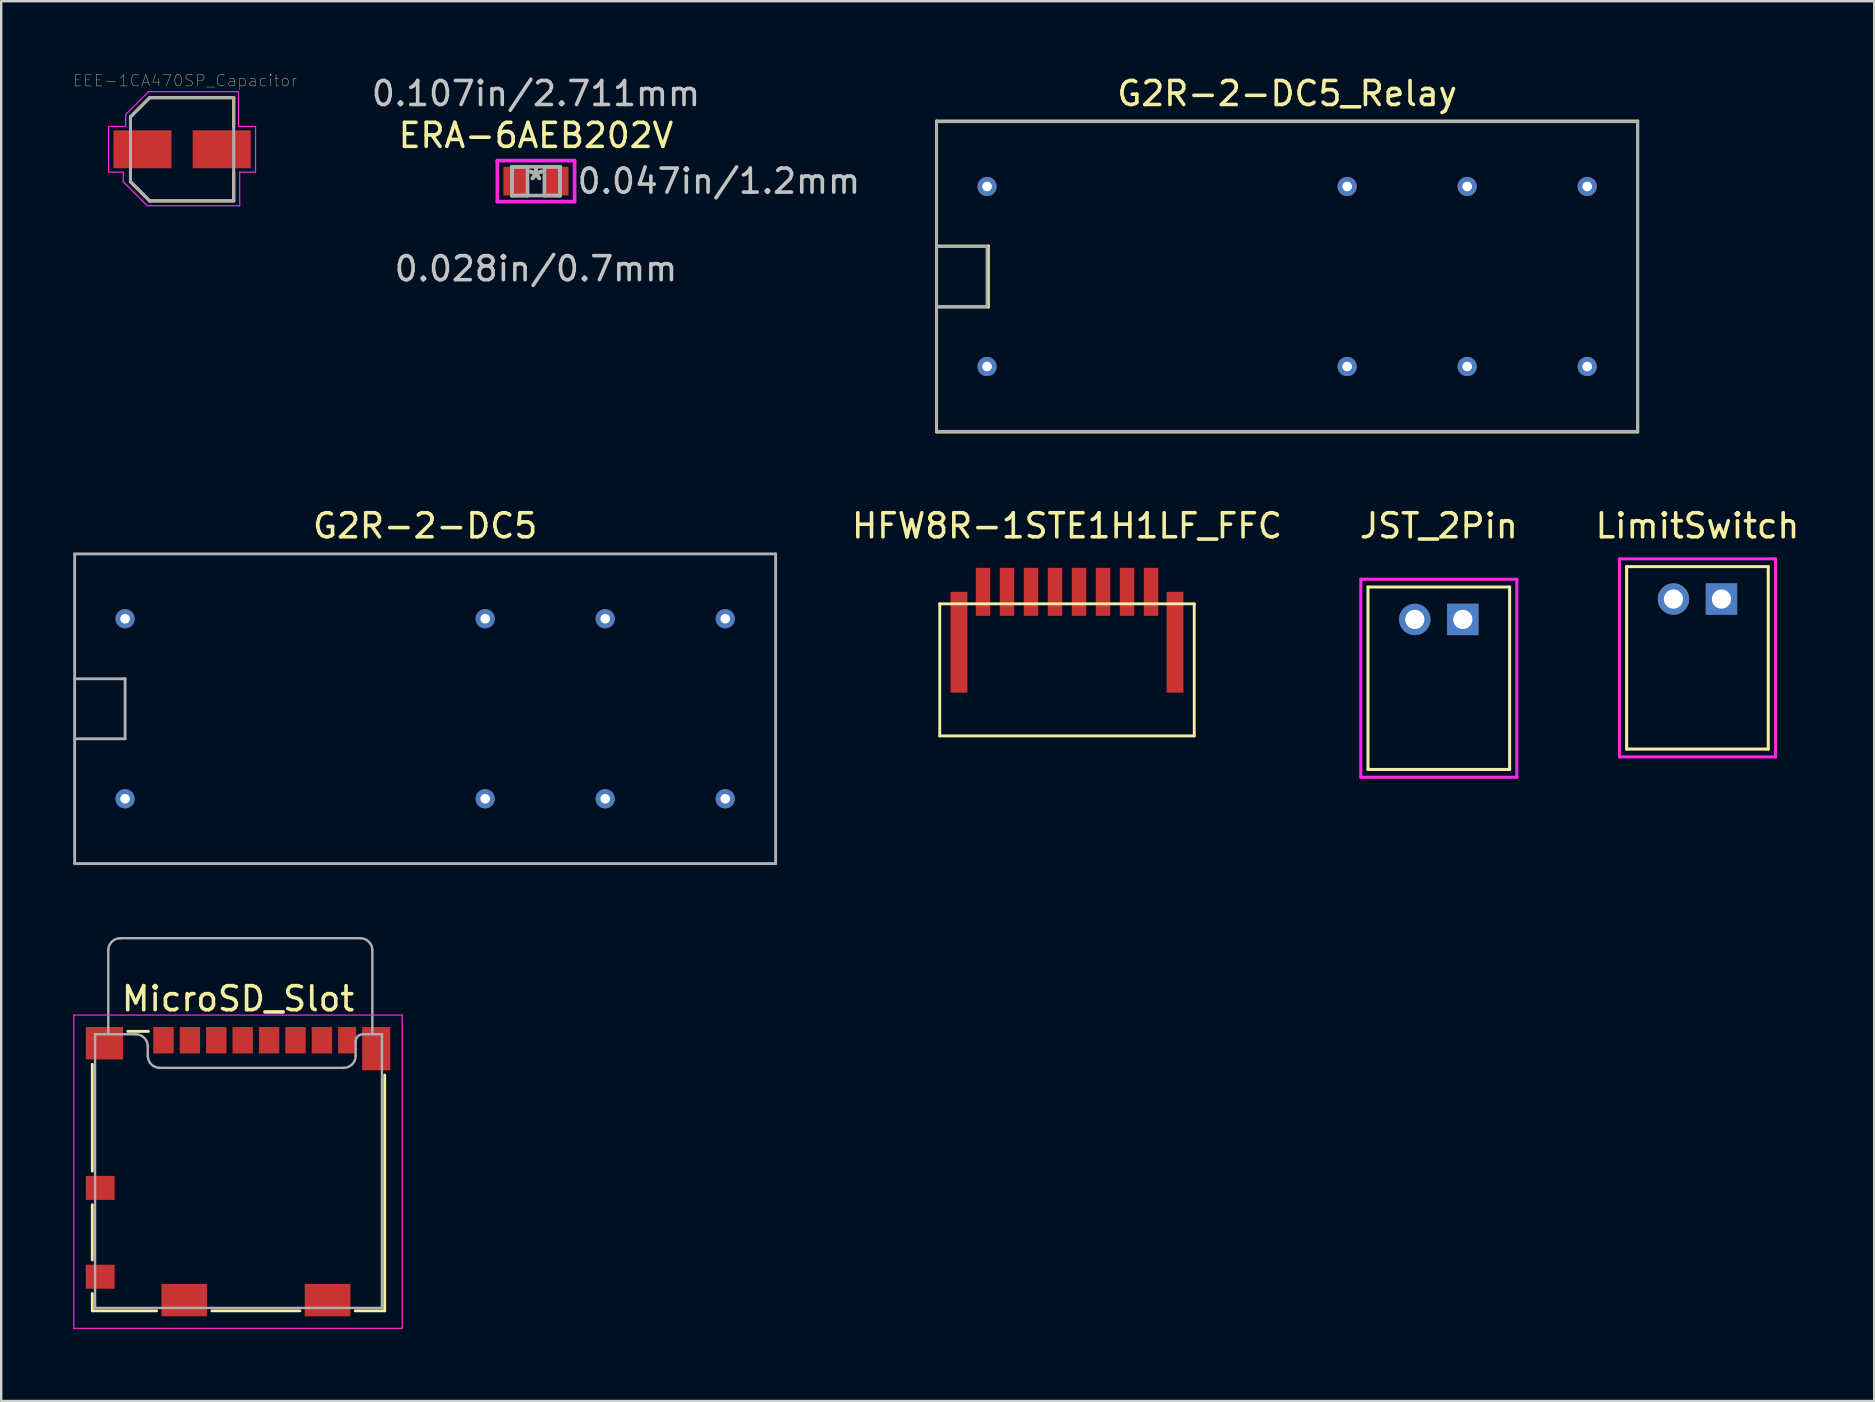
<source format=kicad_pcb>
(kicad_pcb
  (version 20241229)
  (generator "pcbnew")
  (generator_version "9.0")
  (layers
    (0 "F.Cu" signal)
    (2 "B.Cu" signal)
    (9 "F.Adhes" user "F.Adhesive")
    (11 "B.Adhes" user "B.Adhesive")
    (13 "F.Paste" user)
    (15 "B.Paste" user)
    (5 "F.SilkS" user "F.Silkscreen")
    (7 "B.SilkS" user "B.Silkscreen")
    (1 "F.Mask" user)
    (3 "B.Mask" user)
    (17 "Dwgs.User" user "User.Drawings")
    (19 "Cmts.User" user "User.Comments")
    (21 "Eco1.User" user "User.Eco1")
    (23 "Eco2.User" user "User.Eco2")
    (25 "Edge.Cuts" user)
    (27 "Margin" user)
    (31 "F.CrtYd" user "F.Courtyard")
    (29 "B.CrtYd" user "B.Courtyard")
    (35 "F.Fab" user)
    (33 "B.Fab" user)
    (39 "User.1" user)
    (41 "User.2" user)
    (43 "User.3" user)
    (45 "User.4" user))
  (footprint "ERA-6AEB202V"
    (layer "F.Cu")
    (at 19.276 4.496)
    (property "Reference" "ERA-6AEB202V" (at 0 -1.905 0) (layer "F.SilkS") (effects (font (size 1 1) (thickness 0.15))))
    (attr through_hole)
    (fp_line (start -1.61 -0.854) (end 1.61 -0.854) (stroke (width 0.152) (type solid)) (layer "F.CrtYd"))
    (fp_line (start -1.61 0.854) (end -1.61 -0.854) (stroke (width 0.152) (type solid)) (layer "F.CrtYd"))
    (fp_line (start 1.61 -0.854) (end 1.61 0.854) (stroke (width 0.152) (type solid)) (layer "F.CrtYd"))
    (fp_line (start 1.61 0.854) (end -1.61 0.854) (stroke (width 0.152) (type solid)) (layer "F.CrtYd"))
    (fp_line (start -1 -0.6) (end -1 0.6) (stroke (width 0.152) (type solid)) (layer "F.Fab"))
    (fp_line (start -1 -0.6) (end -1 0.6) (stroke (width 0.152) (type solid)) (layer "F.Fab"))
    (fp_line (start -1 0.6) (end -0.35 0.6) (stroke (width 0.152) (type solid)) (layer "F.Fab"))
    (fp_line (start -1 0.6) (end 1 0.6) (stroke (width 0.152) (type solid)) (layer "F.Fab"))
    (fp_line (start -0.35 -0.6) (end -1 -0.6) (stroke (width 0.152) (type solid)) (layer "F.Fab"))
    (fp_line (start -0.35 0.6) (end -0.35 -0.6) (stroke (width 0.152) (type solid)) (layer "F.Fab"))
    (fp_line (start 0.35 -0.6) (end 0.35 0.6) (stroke (width 0.152) (type solid)) (layer "F.Fab"))
    (fp_line (start 0.35 0.6) (end 1 0.6) (stroke (width 0.152) (type solid)) (layer "F.Fab"))
    (fp_line (start 1 -0.6) (end -1 -0.6) (stroke (width 0.152) (type solid)) (layer "F.Fab"))
    (fp_line (start 1 -0.6) (end 0.35 -0.6) (stroke (width 0.152) (type solid)) (layer "F.Fab"))
    (fp_line (start 1 0.6) (end 1 -0.6) (stroke (width 0.152) (type solid)) (layer "F.Fab"))
    (fp_line (start 1 0.6) (end 1 -0.6) (stroke (width 0.152) (type solid)) (layer "F.Fab"))
    (fp_text user "*" (at 0 0 0) (layer "F.SilkS") (effects (font (size 1 1) (thickness 0.15))))
    (fp_text user "0.107in/2.711mm" (at 0 -3.648 0) (layer "Dwgs.User") (effects (font (size 1 1) (thickness 0.15))))
    (fp_text user "0.047in/1.2mm" (at 7.62 0 0) (layer "Dwgs.User") (effects (font (size 1 1) (thickness 0.15))))
    (fp_text user "0.028in/0.7mm" (at 0 3.648 0) (layer "Dwgs.User") (effects (font (size 1 1) (thickness 0.15))))
    (fp_text user "Copyright 2016 Accelerated Designs. All rights reserved." (at 0 0 0) (layer "Cmts.User") (effects (font (size 0.127 0.127) (thickness 0.002))))
    (fp_text user "*" (at 0 0 0) (layer "F.Fab") (effects (font (size 1 1) (thickness 0.15))))
    (pad "1" smd rect (at -0.853 0) (size 1.006 1.2) (layers "F.Cu" "F.Mask" "F.Paste"))
    (pad "2" smd rect (at 0.853 0) (size 1.006 1.2) (layers "F.Cu" "F.Mask" "F.Paste")))
  (footprint "LimitSwitch"
    (layer "F.Cu")
    (at 67.659 24.354)
    (property "Reference" "LimitSwitch" (at 0 -5.5 0) (layer "F.SilkS") (effects (font (size 1 1) (thickness 0.15))))
    (attr through_hole)
    (fp_line (start -2.95 -3.8) (end -2.95 3.8) (stroke (width 0.127) (type solid)) (layer "F.SilkS"))
    (fp_line (start 2.95 -3.8) (end -2.95 -3.8) (stroke (width 0.127) (type solid)) (layer "F.SilkS"))
    (fp_line (start 2.95 -3.8) (end 2.95 3.8) (stroke (width 0.127) (type solid)) (layer "F.SilkS"))
    (fp_line (start 2.95 3.8) (end -2.95 3.8) (stroke (width 0.127) (type solid)) (layer "F.SilkS"))
    (fp_line (start -3.25 -4.125) (end -3.25 4.125) (stroke (width 0.127) (type solid)) (layer "F.CrtYd"))
    (fp_line (start -3.25 -4.125) (end 3.25 -4.125) (stroke (width 0.127) (type solid)) (layer "F.CrtYd"))
    (fp_line (start -3.25 4.125) (end 3.25 4.125) (stroke (width 0.127) (type solid)) (layer "F.CrtYd"))
    (fp_line (start 3.25 4.125) (end 3.25 -4.125) (stroke (width 0.127) (type solid)) (layer "F.CrtYd"))
    (pad "1" thru_hole rect (at 1 -2.45) (size 1.308 1.308) (drill 0.8) (layers "*.Cu" "*.Mask"))
    (pad "2" thru_hole circle (at -1 -2.45) (size 1.308 1.308) (drill 0.8) (layers "*.Cu" "*.Mask")))
  (footprint "G2R-2-DC5"
    (layer "F.Cu")
    (at 14.66 26.474)
    (property "Reference" "G2R-2-DC5" (at 0 -7.62 0) (layer "F.SilkS") (effects (font (size 1 1) (thickness 0.15))))
    (attr through_hole)
    (fp_line (start -14.6 -6.45) (end -14.6 6.45) (stroke (width 0.12) (type solid)) (layer "F.Fab"))
    (fp_line (start -14.6 -6.45) (end 14.6 -6.45) (stroke (width 0.12) (type solid)) (layer "F.Fab"))
    (fp_line (start -14.6 -1.25) (end -12.5 -1.25) (stroke (width 0.12) (type solid)) (layer "F.Fab"))
    (fp_line (start -14.6 1.25) (end -12.5 1.25) (stroke (width 0.12) (type solid)) (layer "F.Fab"))
    (fp_line (start -14.6 6.45) (end 14.6 6.45) (stroke (width 0.12) (type solid)) (layer "F.Fab"))
    (fp_line (start -12.5 -1.25) (end -12.5 1.25) (stroke (width 0.12) (type solid)) (layer "F.Fab"))
    (fp_line (start 14.6 -6.45) (end 14.6 6.45) (stroke (width 0.12) (type solid)) (layer "F.Fab"))
    (pad "1" thru_hole circle (at -12.5 3.75) (size 0.06 0.06) (drill 0.03) (layers "*.Cu" "*.Mask"))
    (pad "1" thru_hole circle (at -12.5 3.75) (size 0.8 0.8) (drill 0.4) (layers "*.Cu" "*.Mask"))
    (pad "2" thru_hole circle (at 2.5 3.75) (size 0.8 0.8) (drill 0.4) (layers "*.Cu" "*.Mask"))
    (pad "3" thru_hole circle (at 7.5 3.75) (size 0.8 0.8) (drill 0.4) (layers "*.Cu" "*.Mask"))
    (pad "4" thru_hole circle (at 12.5 3.75) (size 0.8 0.8) (drill 0.4) (layers "*.Cu" "*.Mask"))
    (pad "5" thru_hole circle (at 12.5 -3.75) (size 0.8 0.8) (drill 0.4) (layers "*.Cu" "*.Mask"))
    (pad "6" thru_hole circle (at 7.5 -3.75) (size 0.8 0.8) (drill 0.4) (layers "*.Cu" "*.Mask"))
    (pad "7" thru_hole circle (at 2.5 -3.75) (size 0.8 0.8) (drill 0.4) (layers "*.Cu" "*.Mask"))
    (pad "8" thru_hole circle (at -12.5 -3.75) (size 0.8 0.8) (drill 0.4) (layers "*.Cu" "*.Mask")))
  (footprint "JST_2Pin"
    (layer "F.Cu")
    (at 56.885 25.203)
    (property "Reference" "JST_2Pin" (at 0 -6.35 0) (layer "F.SilkS") (effects (font (size 1 1) (thickness 0.15))))
    (attr through_hole)
    (fp_line (start -2.95 -3.8) (end -2.95 3.8) (stroke (width 0.127) (type solid)) (layer "F.SilkS"))
    (fp_line (start 2.95 -3.8) (end -2.95 -3.8) (stroke (width 0.127) (type solid)) (layer "F.SilkS"))
    (fp_line (start 2.95 -3.8) (end 2.95 3.8) (stroke (width 0.127) (type solid)) (layer "F.SilkS"))
    (fp_line (start 2.95 3.8) (end -2.95 3.8) (stroke (width 0.127) (type solid)) (layer "F.SilkS"))
    (fp_line (start -3.25 -4.125) (end -3.25 4.125) (stroke (width 0.127) (type solid)) (layer "F.CrtYd"))
    (fp_line (start -3.25 -4.125) (end 3.25 -4.125) (stroke (width 0.127) (type solid)) (layer "F.CrtYd"))
    (fp_line (start -3.25 4.125) (end 3.25 4.125) (stroke (width 0.127) (type solid)) (layer "F.CrtYd"))
    (fp_line (start 3.25 4.125) (end 3.25 -4.125) (stroke (width 0.127) (type solid)) (layer "F.CrtYd"))
    (pad "1" thru_hole rect (at 1 -2.45) (size 1.308 1.308) (drill 0.8) (layers "*.Cu" "*.Mask"))
    (pad "2" thru_hole circle (at -1 -2.45) (size 1.308 1.308) (drill 0.8) (layers "*.Cu" "*.Mask")))
  (footprint "G2R-2-DC5_Relay"
    (layer "F.Cu")
    (at 50.567 8.468)
    (property "Reference" "G2R-2-DC5_Relay" (at 0 -7.62 0) (layer "F.SilkS") (effects (font (size 1 1) (thickness 0.15))))
    (attr through_hole)
    (fp_line (start -14.605 -1.27) (end -12.446 -1.27) (stroke (width 0.12) (type solid)) (layer "F.SilkS"))
    (fp_line (start -14.605 6.477) (end -14.605 -6.477) (stroke (width 0.12) (type solid)) (layer "F.SilkS"))
    (fp_line (start -14.605 6.477) (end 14.605 6.477) (stroke (width 0.12) (type solid)) (layer "F.SilkS"))
    (fp_line (start -12.446 -1.27) (end -12.446 1.27) (stroke (width 0.12) (type solid)) (layer "F.SilkS"))
    (fp_line (start -12.446 1.27) (end -14.605 1.27) (stroke (width 0.12) (type solid)) (layer "F.SilkS"))
    (fp_line (start 14.605 -6.477) (end -14.605 -6.477) (stroke (width 0.12) (type solid)) (layer "F.SilkS"))
    (fp_line (start 14.605 6.477) (end 14.605 -6.477) (stroke (width 0.12) (type solid)) (layer "F.SilkS"))
    (fp_line (start -14.6 -6.45) (end -14.6 6.45) (stroke (width 0.12) (type solid)) (layer "F.Fab"))
    (fp_line (start -14.6 -6.45) (end 14.6 -6.45) (stroke (width 0.12) (type solid)) (layer "F.Fab"))
    (fp_line (start -14.6 -1.25) (end -12.5 -1.25) (stroke (width 0.12) (type solid)) (layer "F.Fab"))
    (fp_line (start -14.6 1.25) (end -12.5 1.25) (stroke (width 0.12) (type solid)) (layer "F.Fab"))
    (fp_line (start -14.6 6.45) (end 14.6 6.45) (stroke (width 0.12) (type solid)) (layer "F.Fab"))
    (fp_line (start -12.5 -1.25) (end -12.5 1.25) (stroke (width 0.12) (type solid)) (layer "F.Fab"))
    (fp_line (start 14.6 -6.45) (end 14.6 6.45) (stroke (width 0.12) (type solid)) (layer "F.Fab"))
    (pad "1" thru_hole circle (at -12.5 -3.75) (size 0.8 0.8) (drill 0.4) (layers "*.Cu" "*.Mask"))
    (pad "1" thru_hole circle (at -12.5 3.75) (size 0.06 0.06) (drill 0.03) (layers "*.Cu" "*.Mask"))
    (pad "2" thru_hole circle (at 2.5 -3.75) (size 0.8 0.8) (drill 0.4) (layers "*.Cu" "*.Mask"))
    (pad "3" thru_hole circle (at 7.5 -3.75) (size 0.8 0.8) (drill 0.4) (layers "*.Cu" "*.Mask"))
    (pad "5" thru_hole circle (at 12.5 -3.75) (size 0.8 0.8) (drill 0.4) (layers "*.Cu" "*.Mask"))
    (pad "5" thru_hole circle (at 12.5 3.75) (size 0.8 0.8) (drill 0.4) (layers "*.Cu" "*.Mask"))
    (pad "6" thru_hole circle (at 7.5 3.75) (size 0.8 0.8) (drill 0.4) (layers "*.Cu" "*.Mask"))
    (pad "7" thru_hole circle (at 2.5 3.75) (size 0.8 0.8) (drill 0.4) (layers "*.Cu" "*.Mask"))
    (pad "8" thru_hole circle (at -12.5 3.75) (size 0.8 0.8) (drill 0.4) (layers "*.Cu" "*.Mask")))
  (footprint "HFW8R-1STE1H1LF_FFC"
    (layer "F.Cu")
    (at 41.397 24.854)
    (property "Reference" "HFW8R-1STE1H1LF_FFC" (at 0 -6 0) (layer "F.SilkS") (effects (font (size 1 1) (thickness 0.15))))
    (attr through_hole)
    (fp_line (start -5.3 -2.75) (end -5.3 2.75) (stroke (width 0.12) (type solid)) (layer "F.SilkS"))
    (fp_line (start -5.3 -2.75) (end 5.3 -2.75) (stroke (width 0.12) (type solid)) (layer "F.SilkS"))
    (fp_line (start -5.3 2.75) (end 5.3 2.75) (stroke (width 0.12) (type solid)) (layer "F.SilkS"))
    (fp_line (start 5.3 -2.75) (end 5.3 2.75) (stroke (width 0.12) (type solid)) (layer "F.SilkS"))
    (pad "" smd rect (at -4.5 -1.15) (size 0.7 4.2) (layers "F.Cu" "F.Mask" "F.Paste"))
    (pad "" smd rect (at 4.5 -1.15) (size 0.7 4.2) (layers "F.Cu" "F.Mask" "F.Paste"))
    (pad "1" smd rect (at -3.5 -3.25) (size 0.6 2) (layers "F.Cu" "F.Mask" "F.Paste"))
    (pad "2" smd rect (at -2.5 -3.25) (size 0.6 2) (layers "F.Cu" "F.Mask" "F.Paste"))
    (pad "3" smd rect (at -1.5 -3.25) (size 0.6 2) (layers "F.Cu" "F.Mask" "F.Paste"))
    (pad "4" smd rect (at -0.5 -3.25) (size 0.6 2) (layers "F.Cu" "F.Mask" "F.Paste"))
    (pad "5" smd rect (at 0.5 -3.25) (size 0.6 2) (layers "F.Cu" "F.Mask" "F.Paste"))
    (pad "6" smd rect (at 1.5 -3.25) (size 0.6 2) (layers "F.Cu" "F.Mask" "F.Paste"))
    (pad "7" smd rect (at 2.5 -3.25) (size 0.6 2) (layers "F.Cu" "F.Mask" "F.Paste"))
    (pad "8" smd rect (at 3.5 -3.25) (size 0.6 2) (layers "F.Cu" "F.Mask" "F.Paste")))
  (footprint "EEE-1CA470SP_Capacitor"
    (layer "F.Cu")
    (at 4.535 3.169)
    (property "Reference" "EEE-1CA470SP_Capacitor" (at 0.124 -2.861 0) (layer "F.SilkS") (effects (font (size 0.481 0.481) (thickness 0.015))))
    (attr through_hole)
    (fp_line (start -2.15 -1.35) (end -1.35 -2.15) (stroke (width 0.127) (type solid)) (layer "F.SilkS"))
    (fp_line (start -2.15 -0.95) (end -2.15 -1.35) (stroke (width 0.127) (type solid)) (layer "F.SilkS"))
    (fp_line (start -2.15 0.95) (end -2.15 1.35) (stroke (width 0.127) (type solid)) (layer "F.SilkS"))
    (fp_line (start -2.15 1.35) (end -1.35 2.15) (stroke (width 0.127) (type solid)) (layer "F.SilkS"))
    (fp_line (start 2.15 -2.15) (end -1.35 -2.15) (stroke (width 0.127) (type solid)) (layer "F.SilkS"))
    (fp_line (start 2.15 -0.95) (end 2.15 -2.15) (stroke (width 0.127) (type solid)) (layer "F.SilkS"))
    (fp_line (start 2.15 0.95) (end 2.15 2.15) (stroke (width 0.127) (type solid)) (layer "F.SilkS"))
    (fp_line (start 2.15 2.15) (end -1.35 2.15) (stroke (width 0.127) (type solid)) (layer "F.SilkS"))
    (fp_line (start -3.06 -0.95) (end -2.35 -0.95) (stroke (width 0.05) (type solid)) (layer "F.CrtYd"))
    (fp_line (start -3.06 0.95) (end -3.06 -0.95) (stroke (width 0.05) (type solid)) (layer "F.CrtYd"))
    (fp_line (start -2.45 0.95) (end -3.06 0.95) (stroke (width 0.05) (type solid)) (layer "F.CrtYd"))
    (fp_line (start -2.45 1.35) (end -2.45 0.95) (stroke (width 0.05) (type solid)) (layer "F.CrtYd"))
    (fp_line (start -2.35 -1.45) (end -1.4 -2.4) (stroke (width 0.05) (type solid)) (layer "F.CrtYd"))
    (fp_line (start -2.35 -0.95) (end -2.35 -1.45) (stroke (width 0.05) (type solid)) (layer "F.CrtYd"))
    (fp_line (start -1.45 2.35) (end -2.45 1.35) (stroke (width 0.05) (type solid)) (layer "F.CrtYd"))
    (fp_line (start -1.4 -2.4) (end 2.35 -2.4) (stroke (width 0.05) (type solid)) (layer "F.CrtYd"))
    (fp_line (start 2.35 -2.4) (end 2.35 -0.95) (stroke (width 0.05) (type solid)) (layer "F.CrtYd"))
    (fp_line (start 2.35 -0.95) (end 3.06 -0.95) (stroke (width 0.05) (type solid)) (layer "F.CrtYd"))
    (fp_line (start 2.4 0.95) (end 2.4 2.35) (stroke (width 0.05) (type solid)) (layer "F.CrtYd"))
    (fp_line (start 2.4 2.35) (end -1.45 2.35) (stroke (width 0.05) (type solid)) (layer "F.CrtYd"))
    (fp_line (start 3.06 -0.95) (end 3.06 0.95) (stroke (width 0.05) (type solid)) (layer "F.CrtYd"))
    (fp_line (start 3.06 0.95) (end 2.4 0.95) (stroke (width 0.05) (type solid)) (layer "F.CrtYd"))
    (fp_line (start -2.15 -1.35) (end -1.35 -2.15) (stroke (width 0.127) (type solid)) (layer "F.Fab"))
    (fp_line (start -2.15 1.35) (end -2.15 -1.35) (stroke (width 0.127) (type solid)) (layer "F.Fab"))
    (fp_line (start -1.35 -2.15) (end 2.15 -2.15) (stroke (width 0.127) (type solid)) (layer "F.Fab"))
    (fp_line (start -1.35 2.15) (end -2.15 1.35) (stroke (width 0.127) (type solid)) (layer "F.Fab"))
    (fp_line (start 2.15 -2.15) (end 2.15 2.15) (stroke (width 0.127) (type solid)) (layer "F.Fab"))
    (fp_line (start 2.15 2.15) (end -1.35 2.15) (stroke (width 0.127) (type solid)) (layer "F.Fab"))
    (pad "1" smd rect (at -1.65 0) (size 2.42 1.58) (layers "F.Cu" "F.Mask" "F.Paste"))
    (pad "2" smd rect (at 1.65 0) (size 2.42 1.58) (layers "F.Cu" "F.Mask" "F.Paste")))
  (footprint "MicroSD_Slot"
    (layer "F.Cu")
    (at 6.865 45.733)
    (property "Reference" "MicroSD_Slot" (at 0 -7.18 0) (layer "F.SilkS") (effects (font (size 1 1) (thickness 0.15))))
    (attr smd)
    (fp_line (start -6.07 -4.45) (end -6.07 0) (stroke (width 0.12) (type solid)) (layer "F.SilkS"))
    (fp_line (start -6.07 1.4) (end -6.07 3.7) (stroke (width 0.12) (type solid)) (layer "F.SilkS"))
    (fp_line (start -6.07 5.1) (end -6.07 5.82) (stroke (width 0.12) (type solid)) (layer "F.SilkS"))
    (fp_line (start -6.07 5.82) (end -3.39 5.82) (stroke (width 0.12) (type solid)) (layer "F.SilkS"))
    (fp_line (start -4.59 -5.82) (end -3.73 -5.82) (stroke (width 0.12) (type solid)) (layer "F.SilkS"))
    (fp_line (start -1.09 5.82) (end 2.58 5.82) (stroke (width 0.12) (type solid)) (layer "F.SilkS"))
    (fp_line (start 4.88 5.82) (end 6.11 5.82) (stroke (width 0.12) (type solid)) (layer "F.SilkS"))
    (fp_line (start 6.11 5.82) (end 6.11 -4) (stroke (width 0.12) (type solid)) (layer "F.SilkS"))
    (fp_line (start -6.84 -6.5) (end 6.84 -6.5) (stroke (width 0.05) (type solid)) (layer "F.CrtYd"))
    (fp_line (start -6.84 6.55) (end -6.84 -6.5) (stroke (width 0.05) (type solid)) (layer "F.CrtYd"))
    (fp_line (start 6.84 -6.5) (end 6.84 6.55) (stroke (width 0.05) (type solid)) (layer "F.CrtYd"))
    (fp_line (start 6.84 6.55) (end -6.84 6.55) (stroke (width 0.05) (type solid)) (layer "F.CrtYd"))
    (fp_line (start -5.955 -5.7) (end -5.955 5.7) (stroke (width 0.1) (type solid)) (layer "F.Fab"))
    (fp_line (start -5.955 -5.7) (end -4.26 -5.7) (stroke (width 0.1) (type solid)) (layer "F.Fab"))
    (fp_line (start -5.405 -9.2) (end -5.405 -5.7) (stroke (width 0.1) (type solid)) (layer "F.Fab"))
    (fp_line (start -4.905 -9.7) (end 5.095 -9.7) (stroke (width 0.1) (type solid)) (layer "F.Fab"))
    (fp_line (start -3.76 -4.8) (end -3.76 -5.2) (stroke (width 0.1) (type solid)) (layer "F.Fab"))
    (fp_line (start 4.4 -4.3) (end -3.26 -4.3) (stroke (width 0.1) (type solid)) (layer "F.Fab"))
    (fp_line (start 4.9 -5.4) (end 4.9 -4.8) (stroke (width 0.1) (type solid)) (layer "F.Fab"))
    (fp_line (start 5.595 -5.7) (end 5.595 -9.2) (stroke (width 0.1) (type solid)) (layer "F.Fab"))
    (fp_line (start 5.995 -5.7) (end 5.21 -5.7) (stroke (width 0.1) (type solid)) (layer "F.Fab"))
    (fp_line (start 5.995 5.7) (end -5.955 5.7) (stroke (width 0.1) (type solid)) (layer "F.Fab"))
    (fp_line (start 5.995 5.7) (end 5.995 -5.7) (stroke (width 0.1) (type solid)) (layer "F.Fab"))
    (fp_arc (start -5.405 -9.2) (mid -5.258553 -9.553553) (end -4.905 -9.7) (stroke (width 0.1) (type solid)) (layer "F.Fab"))
    (fp_arc (start -4.26 -5.7) (mid -3.906447 -5.553553) (end -3.76 -5.2) (stroke (width 0.1) (type solid)) (layer "F.Fab"))
    (fp_arc (start -3.26 -4.3) (mid -3.613553 -4.446447) (end -3.76 -4.8) (stroke (width 0.1) (type solid)) (layer "F.Fab"))
    (fp_arc (start 4.9 -5.4) (mid 4.987868 -5.612132) (end 5.2 -5.7) (stroke (width 0.1) (type solid)) (layer "F.Fab"))
    (fp_arc (start 4.9 -4.8) (mid 4.753553 -4.446447) (end 4.4 -4.3) (stroke (width 0.1) (type solid)) (layer "F.Fab"))
    (fp_arc (start 5.095 -9.7) (mid 5.448553 -9.553553) (end 5.595 -9.2) (stroke (width 0.1) (type solid)) (layer "F.Fab"))
    (pad "1" smd rect (at -3.105 -5.45) (size 0.85 1.1) (layers "F.Cu" "F.Mask" "F.Paste"))
    (pad "2" smd rect (at -2.005 -5.45) (size 0.85 1.1) (layers "F.Cu" "F.Mask" "F.Paste"))
    (pad "3" smd rect (at -0.905 -5.45) (size 0.85 1.1) (layers "F.Cu" "F.Mask" "F.Paste"))
    (pad "4" smd rect (at 0.195 -5.45) (size 0.85 1.1) (layers "F.Cu" "F.Mask" "F.Paste"))
    (pad "5" smd rect (at 1.295 -5.45) (size 0.85 1.1) (layers "F.Cu" "F.Mask" "F.Paste"))
    (pad "6" smd rect (at 2.395 -5.45) (size 0.85 1.1) (layers "F.Cu" "F.Mask" "F.Paste"))
    (pad "7" smd rect (at 3.495 -5.45) (size 0.85 1.1) (layers "F.Cu" "F.Mask" "F.Paste"))
    (pad "8" smd rect (at 4.545 -5.45) (size 0.75 1.1) (layers "F.Cu" "F.Mask" "F.Paste"))
    (pad "9" smd rect (at -5.74 0.7) (size 1.2 1) (layers "F.Cu" "F.Mask" "F.Paste"))
    (pad "10" smd rect (at -5.74 4.4) (size 1.2 1) (layers "F.Cu" "F.Mask" "F.Paste"))
    (pad "11" smd rect (at -5.565 -5.325) (size 1.55 1.35) (layers "F.Cu" "F.Mask" "F.Paste"))
    (pad "11" smd rect (at -2.24 5.375) (size 1.9 1.35) (layers "F.Cu" "F.Mask" "F.Paste"))
    (pad "11" smd rect (at 3.73 5.375) (size 1.9 1.35) (layers "F.Cu" "F.Mask" "F.Paste"))
    (pad "11" smd rect (at 5.755 -5.1) (size 1.17 1.8) (layers "F.Cu" "F.Mask" "F.Paste")))
  (gr_rect
    (start -3 -3)
    (end 75.022 55.309)
    (stroke (width 0.1) (type default))
    (fill no)
    (layer "Edge.Cuts")))
</source>
